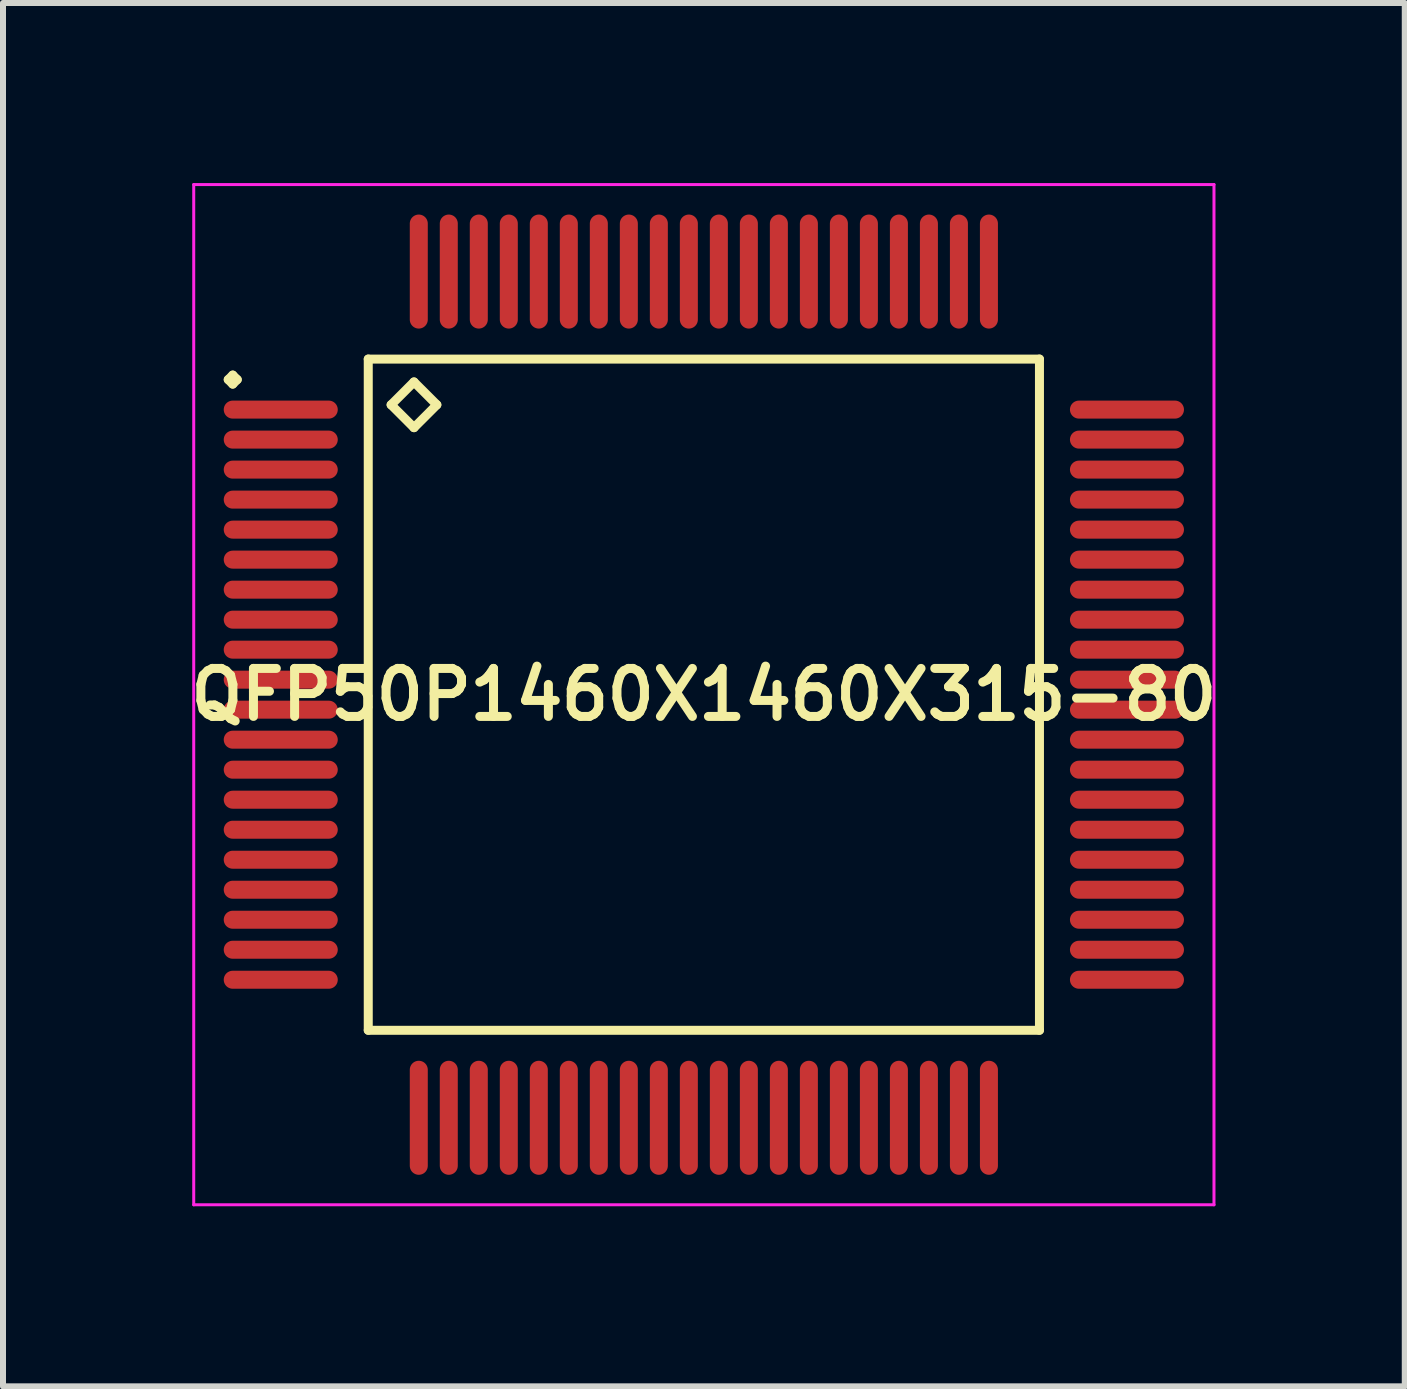
<source format=kicad_pcb>
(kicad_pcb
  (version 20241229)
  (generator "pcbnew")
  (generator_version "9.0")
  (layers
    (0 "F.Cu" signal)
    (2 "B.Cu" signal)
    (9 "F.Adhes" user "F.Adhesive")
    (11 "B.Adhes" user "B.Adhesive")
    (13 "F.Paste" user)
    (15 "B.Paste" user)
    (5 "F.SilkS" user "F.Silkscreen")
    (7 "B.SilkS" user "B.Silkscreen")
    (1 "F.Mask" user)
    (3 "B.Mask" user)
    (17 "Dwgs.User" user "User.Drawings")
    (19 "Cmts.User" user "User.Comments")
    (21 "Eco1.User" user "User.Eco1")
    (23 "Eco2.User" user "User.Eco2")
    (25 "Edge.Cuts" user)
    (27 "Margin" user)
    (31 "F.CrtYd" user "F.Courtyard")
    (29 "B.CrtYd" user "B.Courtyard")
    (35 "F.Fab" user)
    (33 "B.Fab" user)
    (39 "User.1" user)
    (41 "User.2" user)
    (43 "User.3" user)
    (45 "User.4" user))
  (footprint "QFP50P1460X1460X315-80"
    (layer "F.Cu")
    (at 8.678 8.525)
    (property "Reference" "QFP50P1460X1460X315-80" (at 0 0 0) (layer "F.SilkS") (effects (font (size 0.8 0.8) (thickness 0.15))))
    (attr smd)
    (fp_line (start -7.925 -5.25) (end -7.85 -5.325) (stroke (width 0.15) (type solid)) (layer "F.SilkS"))
    (fp_line (start -7.85 -5.325) (end -7.775 -5.25) (stroke (width 0.15) (type solid)) (layer "F.SilkS"))
    (fp_line (start -7.85 -5.175) (end -7.925 -5.25) (stroke (width 0.15) (type solid)) (layer "F.SilkS"))
    (fp_line (start -7.775 -5.25) (end -7.85 -5.175) (stroke (width 0.15) (type solid)) (layer "F.SilkS"))
    (fp_line (start -5.592 -5.592) (end -5.592 5.592) (stroke (width 0.15) (type solid)) (layer "F.SilkS"))
    (fp_line (start -5.592 5.592) (end 5.592 5.592) (stroke (width 0.15) (type solid)) (layer "F.SilkS"))
    (fp_line (start -5.211 -4.83) (end -4.83 -5.211) (stroke (width 0.15) (type solid)) (layer "F.SilkS"))
    (fp_line (start -4.83 -5.211) (end -4.449 -4.83) (stroke (width 0.15) (type solid)) (layer "F.SilkS"))
    (fp_line (start -4.83 -4.449) (end -5.211 -4.83) (stroke (width 0.15) (type solid)) (layer "F.SilkS"))
    (fp_line (start -4.449 -4.83) (end -4.83 -4.449) (stroke (width 0.15) (type solid)) (layer "F.SilkS"))
    (fp_line (start 5.592 -5.592) (end -5.592 -5.592) (stroke (width 0.15) (type solid)) (layer "F.SilkS"))
    (fp_line (start 5.592 5.592) (end 5.592 -5.592) (stroke (width 0.15) (type solid)) (layer "F.SilkS"))
    (fp_line (start -8.5 -8.5) (end 8.5 -8.5) (stroke (width 0.05) (type solid)) (layer "F.CrtYd"))
    (fp_line (start -8.5 8.5) (end -8.5 -8.5) (stroke (width 0.05) (type solid)) (layer "F.CrtYd"))
    (fp_line (start 8.5 -8.5) (end 8.5 8.5) (stroke (width 0.05) (type solid)) (layer "F.CrtYd"))
    (fp_line (start 8.5 8.5) (end -8.5 8.5) (stroke (width 0.05) (type solid)) (layer "F.CrtYd"))
    (pad "1" smd oval (at -7.05 -4.75) (size 1.9 0.3) (layers "F.Cu" "F.Mask" "F.Paste"))
    (pad "2" smd oval (at -7.05 -4.25) (size 1.9 0.3) (layers "F.Cu" "F.Mask" "F.Paste"))
    (pad "3" smd oval (at -7.05 -3.75) (size 1.9 0.3) (layers "F.Cu" "F.Mask" "F.Paste"))
    (pad "4" smd oval (at -7.05 -3.25) (size 1.9 0.3) (layers "F.Cu" "F.Mask" "F.Paste"))
    (pad "5" smd oval (at -7.05 -2.75) (size 1.9 0.3) (layers "F.Cu" "F.Mask" "F.Paste"))
    (pad "6" smd oval (at -7.05 -2.25) (size 1.9 0.3) (layers "F.Cu" "F.Mask" "F.Paste"))
    (pad "7" smd oval (at -7.05 -1.75) (size 1.9 0.3) (layers "F.Cu" "F.Mask" "F.Paste"))
    (pad "8" smd oval (at -7.05 -1.25) (size 1.9 0.3) (layers "F.Cu" "F.Mask" "F.Paste"))
    (pad "9" smd oval (at -7.05 -0.75) (size 1.9 0.3) (layers "F.Cu" "F.Mask" "F.Paste"))
    (pad "10" smd oval (at -7.05 -0.25) (size 1.9 0.3) (layers "F.Cu" "F.Mask" "F.Paste"))
    (pad "11" smd oval (at -7.05 0.25) (size 1.9 0.3) (layers "F.Cu" "F.Mask" "F.Paste"))
    (pad "12" smd oval (at -7.05 0.75) (size 1.9 0.3) (layers "F.Cu" "F.Mask" "F.Paste"))
    (pad "13" smd oval (at -7.05 1.25) (size 1.9 0.3) (layers "F.Cu" "F.Mask" "F.Paste"))
    (pad "14" smd oval (at -7.05 1.75) (size 1.9 0.3) (layers "F.Cu" "F.Mask" "F.Paste"))
    (pad "15" smd oval (at -7.05 2.25) (size 1.9 0.3) (layers "F.Cu" "F.Mask" "F.Paste"))
    (pad "16" smd oval (at -7.05 2.75) (size 1.9 0.3) (layers "F.Cu" "F.Mask" "F.Paste"))
    (pad "17" smd oval (at -7.05 3.25) (size 1.9 0.3) (layers "F.Cu" "F.Mask" "F.Paste"))
    (pad "18" smd oval (at -7.05 3.75) (size 1.9 0.3) (layers "F.Cu" "F.Mask" "F.Paste"))
    (pad "19" smd oval (at -7.05 4.25) (size 1.9 0.3) (layers "F.Cu" "F.Mask" "F.Paste"))
    (pad "20" smd oval (at -7.05 4.75) (size 1.9 0.3) (layers "F.Cu" "F.Mask" "F.Paste"))
    (pad "21" smd oval (at -4.75 7.05) (size 0.3 1.9) (layers "F.Cu" "F.Mask" "F.Paste"))
    (pad "22" smd oval (at -4.25 7.05) (size 0.3 1.9) (layers "F.Cu" "F.Mask" "F.Paste"))
    (pad "23" smd oval (at -3.75 7.05) (size 0.3 1.9) (layers "F.Cu" "F.Mask" "F.Paste"))
    (pad "24" smd oval (at -3.25 7.05) (size 0.3 1.9) (layers "F.Cu" "F.Mask" "F.Paste"))
    (pad "25" smd oval (at -2.75 7.05) (size 0.3 1.9) (layers "F.Cu" "F.Mask" "F.Paste"))
    (pad "26" smd oval (at -2.25 7.05) (size 0.3 1.9) (layers "F.Cu" "F.Mask" "F.Paste"))
    (pad "27" smd oval (at -1.75 7.05) (size 0.3 1.9) (layers "F.Cu" "F.Mask" "F.Paste"))
    (pad "28" smd oval (at -1.25 7.05) (size 0.3 1.9) (layers "F.Cu" "F.Mask" "F.Paste"))
    (pad "29" smd oval (at -0.75 7.05) (size 0.3 1.9) (layers "F.Cu" "F.Mask" "F.Paste"))
    (pad "30" smd oval (at -0.25 7.05) (size 0.3 1.9) (layers "F.Cu" "F.Mask" "F.Paste"))
    (pad "31" smd oval (at 0.25 7.05) (size 0.3 1.9) (layers "F.Cu" "F.Mask" "F.Paste"))
    (pad "32" smd oval (at 0.75 7.05) (size 0.3 1.9) (layers "F.Cu" "F.Mask" "F.Paste"))
    (pad "33" smd oval (at 1.25 7.05) (size 0.3 1.9) (layers "F.Cu" "F.Mask" "F.Paste"))
    (pad "34" smd oval (at 1.75 7.05) (size 0.3 1.9) (layers "F.Cu" "F.Mask" "F.Paste"))
    (pad "35" smd oval (at 2.25 7.05) (size 0.3 1.9) (layers "F.Cu" "F.Mask" "F.Paste"))
    (pad "36" smd oval (at 2.75 7.05) (size 0.3 1.9) (layers "F.Cu" "F.Mask" "F.Paste"))
    (pad "37" smd oval (at 3.25 7.05) (size 0.3 1.9) (layers "F.Cu" "F.Mask" "F.Paste"))
    (pad "38" smd oval (at 3.75 7.05) (size 0.3 1.9) (layers "F.Cu" "F.Mask" "F.Paste"))
    (pad "39" smd oval (at 4.25 7.05) (size 0.3 1.9) (layers "F.Cu" "F.Mask" "F.Paste"))
    (pad "40" smd oval (at 4.75 7.05) (size 0.3 1.9) (layers "F.Cu" "F.Mask" "F.Paste"))
    (pad "41" smd oval (at 7.05 4.75) (size 1.9 0.3) (layers "F.Cu" "F.Mask" "F.Paste"))
    (pad "42" smd oval (at 7.05 4.25) (size 1.9 0.3) (layers "F.Cu" "F.Mask" "F.Paste"))
    (pad "43" smd oval (at 7.05 3.75) (size 1.9 0.3) (layers "F.Cu" "F.Mask" "F.Paste"))
    (pad "44" smd oval (at 7.05 3.25) (size 1.9 0.3) (layers "F.Cu" "F.Mask" "F.Paste"))
    (pad "45" smd oval (at 7.05 2.75) (size 1.9 0.3) (layers "F.Cu" "F.Mask" "F.Paste"))
    (pad "46" smd oval (at 7.05 2.25) (size 1.9 0.3) (layers "F.Cu" "F.Mask" "F.Paste"))
    (pad "47" smd oval (at 7.05 1.75) (size 1.9 0.3) (layers "F.Cu" "F.Mask" "F.Paste"))
    (pad "48" smd oval (at 7.05 1.25) (size 1.9 0.3) (layers "F.Cu" "F.Mask" "F.Paste"))
    (pad "49" smd oval (at 7.05 0.75) (size 1.9 0.3) (layers "F.Cu" "F.Mask" "F.Paste"))
    (pad "50" smd oval (at 7.05 0.25) (size 1.9 0.3) (layers "F.Cu" "F.Mask" "F.Paste"))
    (pad "51" smd oval (at 7.05 -0.25) (size 1.9 0.3) (layers "F.Cu" "F.Mask" "F.Paste"))
    (pad "52" smd oval (at 7.05 -0.75) (size 1.9 0.3) (layers "F.Cu" "F.Mask" "F.Paste"))
    (pad "53" smd oval (at 7.05 -1.25) (size 1.9 0.3) (layers "F.Cu" "F.Mask" "F.Paste"))
    (pad "54" smd oval (at 7.05 -1.75) (size 1.9 0.3) (layers "F.Cu" "F.Mask" "F.Paste"))
    (pad "55" smd oval (at 7.05 -2.25) (size 1.9 0.3) (layers "F.Cu" "F.Mask" "F.Paste"))
    (pad "56" smd oval (at 7.05 -2.75) (size 1.9 0.3) (layers "F.Cu" "F.Mask" "F.Paste"))
    (pad "57" smd oval (at 7.05 -3.25) (size 1.9 0.3) (layers "F.Cu" "F.Mask" "F.Paste"))
    (pad "58" smd oval (at 7.05 -3.75) (size 1.9 0.3) (layers "F.Cu" "F.Mask" "F.Paste"))
    (pad "59" smd oval (at 7.05 -4.25) (size 1.9 0.3) (layers "F.Cu" "F.Mask" "F.Paste"))
    (pad "60" smd oval (at 7.05 -4.75) (size 1.9 0.3) (layers "F.Cu" "F.Mask" "F.Paste"))
    (pad "61" smd oval (at 4.75 -7.05) (size 0.3 1.9) (layers "F.Cu" "F.Mask" "F.Paste"))
    (pad "62" smd oval (at 4.25 -7.05) (size 0.3 1.9) (layers "F.Cu" "F.Mask" "F.Paste"))
    (pad "63" smd oval (at 3.75 -7.05) (size 0.3 1.9) (layers "F.Cu" "F.Mask" "F.Paste"))
    (pad "64" smd oval (at 3.25 -7.05) (size 0.3 1.9) (layers "F.Cu" "F.Mask" "F.Paste"))
    (pad "65" smd oval (at 2.75 -7.05) (size 0.3 1.9) (layers "F.Cu" "F.Mask" "F.Paste"))
    (pad "66" smd oval (at 2.25 -7.05) (size 0.3 1.9) (layers "F.Cu" "F.Mask" "F.Paste"))
    (pad "67" smd oval (at 1.75 -7.05) (size 0.3 1.9) (layers "F.Cu" "F.Mask" "F.Paste"))
    (pad "68" smd oval (at 1.25 -7.05) (size 0.3 1.9) (layers "F.Cu" "F.Mask" "F.Paste"))
    (pad "69" smd oval (at 0.75 -7.05) (size 0.3 1.9) (layers "F.Cu" "F.Mask" "F.Paste"))
    (pad "70" smd oval (at 0.25 -7.05) (size 0.3 1.9) (layers "F.Cu" "F.Mask" "F.Paste"))
    (pad "71" smd oval (at -0.25 -7.05) (size 0.3 1.9) (layers "F.Cu" "F.Mask" "F.Paste"))
    (pad "72" smd oval (at -0.75 -7.05) (size 0.3 1.9) (layers "F.Cu" "F.Mask" "F.Paste"))
    (pad "73" smd oval (at -1.25 -7.05) (size 0.3 1.9) (layers "F.Cu" "F.Mask" "F.Paste"))
    (pad "74" smd oval (at -1.75 -7.05) (size 0.3 1.9) (layers "F.Cu" "F.Mask" "F.Paste"))
    (pad "75" smd oval (at -2.25 -7.05) (size 0.3 1.9) (layers "F.Cu" "F.Mask" "F.Paste"))
    (pad "76" smd oval (at -2.75 -7.05) (size 0.3 1.9) (layers "F.Cu" "F.Mask" "F.Paste"))
    (pad "77" smd oval (at -3.25 -7.05) (size 0.3 1.9) (layers "F.Cu" "F.Mask" "F.Paste"))
    (pad "78" smd oval (at -3.75 -7.05) (size 0.3 1.9) (layers "F.Cu" "F.Mask" "F.Paste"))
    (pad "79" smd oval (at -4.25 -7.05) (size 0.3 1.9) (layers "F.Cu" "F.Mask" "F.Paste"))
    (pad "80" smd oval (at -4.75 -7.05) (size 0.3 1.9) (layers "F.Cu" "F.Mask" "F.Paste")))
  (gr_rect
    (start -3 -3)
    (end 20.357 20.05)
    (stroke (width 0.1) (type default))
    (fill no)
    (layer "Edge.Cuts")))
</source>
